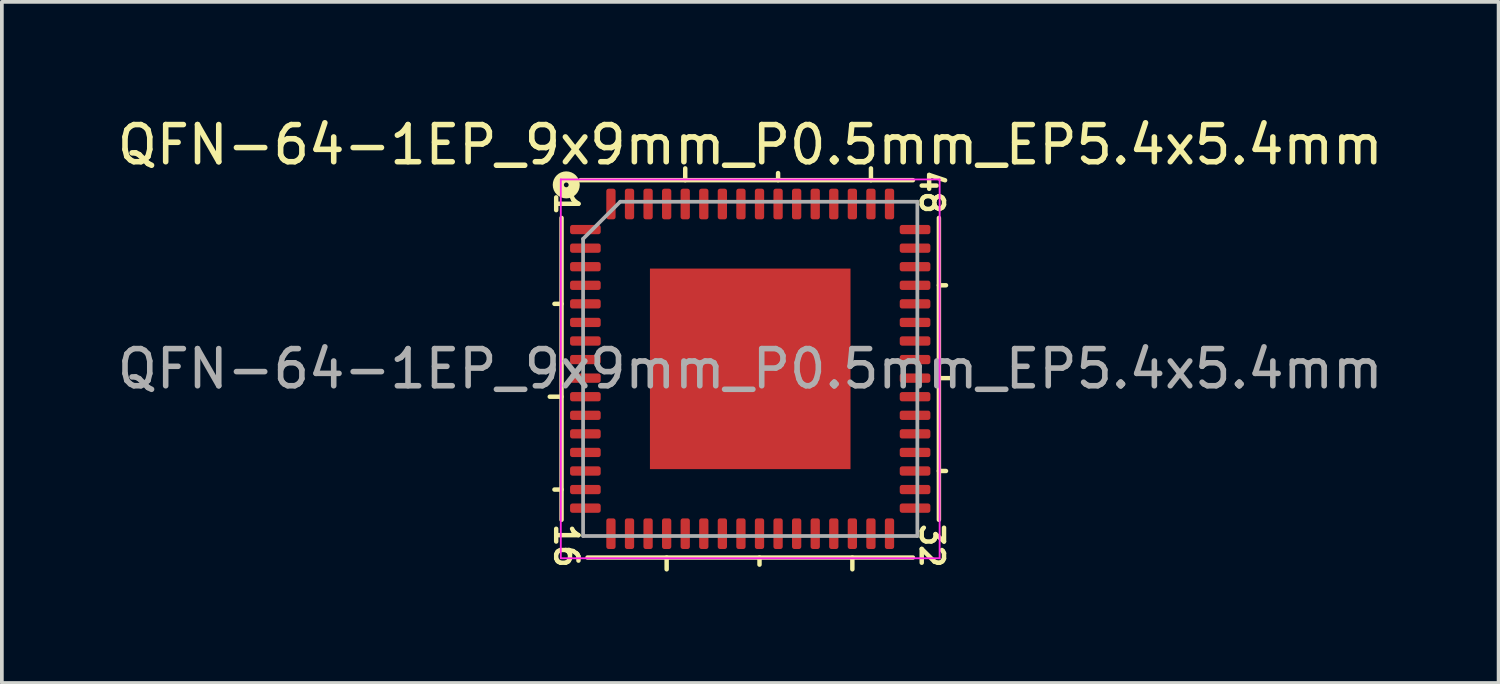
<source format=kicad_pcb>
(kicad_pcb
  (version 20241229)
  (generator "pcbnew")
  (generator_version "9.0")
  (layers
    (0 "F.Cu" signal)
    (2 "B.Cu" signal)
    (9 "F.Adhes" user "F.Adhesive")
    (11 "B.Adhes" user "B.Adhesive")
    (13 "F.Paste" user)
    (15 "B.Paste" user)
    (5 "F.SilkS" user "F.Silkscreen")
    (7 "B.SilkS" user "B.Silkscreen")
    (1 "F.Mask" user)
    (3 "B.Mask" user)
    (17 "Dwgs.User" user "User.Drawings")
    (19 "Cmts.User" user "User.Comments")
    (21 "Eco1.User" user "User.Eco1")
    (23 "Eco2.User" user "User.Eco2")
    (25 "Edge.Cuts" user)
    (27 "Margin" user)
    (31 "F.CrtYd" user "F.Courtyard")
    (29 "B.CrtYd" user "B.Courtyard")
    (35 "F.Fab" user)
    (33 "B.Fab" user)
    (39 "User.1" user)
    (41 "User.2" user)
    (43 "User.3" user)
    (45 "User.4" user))
  (footprint "QFN-64-1EP_9x9mm_P0.5mm_EP5.4x5.4mm"
    (layer "F.Cu")
    (at 17.149 6.881)
    (property "Reference" "QFN-64-1EP_9x9mm_P0.5mm_EP5.4x5.4mm" (at 0 -6.032 0) (layer "F.SilkS") (effects (font (size 1 1) (thickness 0.15))))
    (attr smd)
    (fp_line (start -5.08 -4.064) (end -5.08 4.064) (stroke (width 0.12) (type solid)) (layer "F.SilkS"))
    (fp_line (start -5.08 -1.75) (end -5.271 -1.75) (stroke (width 0.12) (type solid)) (layer "F.SilkS"))
    (fp_line (start -5.08 0.75) (end -5.397 0.75) (stroke (width 0.12) (type solid)) (layer "F.SilkS"))
    (fp_line (start -5.08 3.25) (end -5.271 3.25) (stroke (width 0.12) (type solid)) (layer "F.SilkS"))
    (fp_line (start -4.381 5.08) (end 4.381 5.08) (stroke (width 0.12) (type solid)) (layer "F.SilkS"))
    (fp_line (start -2.25 5.08) (end -2.25 5.397) (stroke (width 0.12) (type solid)) (layer "F.SilkS"))
    (fp_line (start -1.75 -5.08) (end -1.75 -5.397) (stroke (width 0.12) (type solid)) (layer "F.SilkS"))
    (fp_line (start 0.25 5.08) (end 0.25 5.271) (stroke (width 0.12) (type solid)) (layer "F.SilkS"))
    (fp_line (start 0.75 -5.08) (end 0.75 -5.271) (stroke (width 0.12) (type solid)) (layer "F.SilkS"))
    (fp_line (start 2.75 5.08) (end 2.75 5.397) (stroke (width 0.12) (type solid)) (layer "F.SilkS"))
    (fp_line (start 3.25 -5.08) (end 3.25 -5.397) (stroke (width 0.12) (type solid)) (layer "F.SilkS"))
    (fp_line (start 4.381 -5.08) (end -4.572 -5.08) (stroke (width 0.12) (type solid)) (layer "F.SilkS"))
    (fp_line (start 5.08 -2.25) (end 5.271 -2.25) (stroke (width 0.12) (type solid)) (layer "F.SilkS"))
    (fp_line (start 5.08 0.25) (end 5.397 0.25) (stroke (width 0.12) (type solid)) (layer "F.SilkS"))
    (fp_line (start 5.08 2.75) (end 5.271 2.75) (stroke (width 0.12) (type solid)) (layer "F.SilkS"))
    (fp_line (start 5.08 4.064) (end 5.08 -4.064) (stroke (width 0.12) (type solid)) (layer "F.SilkS"))
    (fp_circle (center -4.953 -4.953) (end -4.889 -4.953) (stroke (width 0.3) (type solid)) (fill no) (layer "F.SilkS"))
    (fp_line (start -5.1 -5.1) (end -5.1 5.1) (stroke (width 0.05) (type solid)) (layer "F.CrtYd"))
    (fp_line (start -5.1 5.1) (end 5.1 5.1) (stroke (width 0.05) (type solid)) (layer "F.CrtYd"))
    (fp_line (start 5.1 -5.1) (end -5.1 -5.1) (stroke (width 0.05) (type solid)) (layer "F.CrtYd"))
    (fp_line (start 5.1 5.1) (end 5.1 -5.1) (stroke (width 0.05) (type solid)) (layer "F.CrtYd"))
    (fp_line (start -4.5 -3.5) (end -3.5 -4.5) (stroke (width 0.1) (type solid)) (layer "F.Fab"))
    (fp_line (start -4.5 4.5) (end -4.5 -3.5) (stroke (width 0.1) (type solid)) (layer "F.Fab"))
    (fp_line (start -3.5 -4.5) (end 4.5 -4.5) (stroke (width 0.1) (type solid)) (layer "F.Fab"))
    (fp_line (start 4.5 -4.5) (end 4.5 4.5) (stroke (width 0.1) (type solid)) (layer "F.Fab"))
    (fp_line (start 4.5 4.5) (end -4.5 4.5) (stroke (width 0.1) (type solid)) (layer "F.Fab"))
    (fp_text user "32" (at 4.889 4.763 270) (unlocked yes) (layer "F.SilkS") (effects (font (size 0.6 0.6) (thickness 0.12))))
    (fp_text user "16" (at -4.953 4.763 270) (unlocked yes) (layer "F.SilkS") (effects (font (size 0.6 0.6) (thickness 0.12))))
    (fp_text user "48" (at 4.889 -4.763 270) (unlocked yes) (layer "F.SilkS") (effects (font (size 0.6 0.6) (thickness 0.12))))
    (fp_text user "1" (at -4.953 -4.445 270) (unlocked yes) (layer "F.SilkS") (effects (font (size 0.6 0.6) (thickness 0.12))))
    (fp_text user "${REFERENCE}" (at 0 0 0) (layer "F.Fab") (effects (font (size 1 1) (thickness 0.15))))
    (pad "" smd roundrect (at -2.025 -2.025) (size 1.09 1.09) (layers "F.Paste") (roundrect_rratio 0.229))
    (pad "" smd roundrect (at -2.025 -0.675) (size 1.09 1.09) (layers "F.Paste") (roundrect_rratio 0.229))
    (pad "" smd roundrect (at -2.025 0.675) (size 1.09 1.09) (layers "F.Paste") (roundrect_rratio 0.229))
    (pad "" smd roundrect (at -2.025 2.025) (size 1.09 1.09) (layers "F.Paste") (roundrect_rratio 0.229))
    (pad "" smd roundrect (at -0.675 -2.025) (size 1.09 1.09) (layers "F.Paste") (roundrect_rratio 0.229))
    (pad "" smd roundrect (at -0.675 -0.675) (size 1.09 1.09) (layers "F.Paste") (roundrect_rratio 0.229))
    (pad "" smd roundrect (at -0.675 0.675) (size 1.09 1.09) (layers "F.Paste") (roundrect_rratio 0.229))
    (pad "" smd roundrect (at -0.675 2.025) (size 1.09 1.09) (layers "F.Paste") (roundrect_rratio 0.229))
    (pad "" smd roundrect (at 0.675 -2.025) (size 1.09 1.09) (layers "F.Paste") (roundrect_rratio 0.229))
    (pad "" smd roundrect (at 0.675 -0.675) (size 1.09 1.09) (layers "F.Paste") (roundrect_rratio 0.229))
    (pad "" smd roundrect (at 0.675 0.675) (size 1.09 1.09) (layers "F.Paste") (roundrect_rratio 0.229))
    (pad "" smd roundrect (at 0.675 2.025) (size 1.09 1.09) (layers "F.Paste") (roundrect_rratio 0.229))
    (pad "" smd roundrect (at 2.025 -2.025) (size 1.09 1.09) (layers "F.Paste") (roundrect_rratio 0.229))
    (pad "" smd roundrect (at 2.025 -0.675) (size 1.09 1.09) (layers "F.Paste") (roundrect_rratio 0.229))
    (pad "" smd roundrect (at 2.025 0.675) (size 1.09 1.09) (layers "F.Paste") (roundrect_rratio 0.229))
    (pad "" smd roundrect (at 2.025 2.025) (size 1.09 1.09) (layers "F.Paste") (roundrect_rratio 0.229))
    (pad "1" smd roundrect (at -4.438 -3.75) (size 0.825 0.25) (layers "F.Cu" "F.Mask" "F.Paste") (roundrect_rratio 0.25))
    (pad "2" smd roundrect (at -4.438 -3.25) (size 0.825 0.25) (layers "F.Cu" "F.Mask" "F.Paste") (roundrect_rratio 0.25))
    (pad "3" smd roundrect (at -4.438 -2.75) (size 0.825 0.25) (layers "F.Cu" "F.Mask" "F.Paste") (roundrect_rratio 0.25))
    (pad "4" smd roundrect (at -4.438 -2.25) (size 0.825 0.25) (layers "F.Cu" "F.Mask" "F.Paste") (roundrect_rratio 0.25))
    (pad "5" smd roundrect (at -4.438 -1.75) (size 0.825 0.25) (layers "F.Cu" "F.Mask" "F.Paste") (roundrect_rratio 0.25))
    (pad "6" smd roundrect (at -4.438 -1.25) (size 0.825 0.25) (layers "F.Cu" "F.Mask" "F.Paste") (roundrect_rratio 0.25))
    (pad "7" smd roundrect (at -4.438 -0.75) (size 0.825 0.25) (layers "F.Cu" "F.Mask" "F.Paste") (roundrect_rratio 0.25))
    (pad "8" smd roundrect (at -4.438 -0.25) (size 0.825 0.25) (layers "F.Cu" "F.Mask" "F.Paste") (roundrect_rratio 0.25))
    (pad "9" smd roundrect (at -4.438 0.25) (size 0.825 0.25) (layers "F.Cu" "F.Mask" "F.Paste") (roundrect_rratio 0.25))
    (pad "10" smd roundrect (at -4.438 0.75) (size 0.825 0.25) (layers "F.Cu" "F.Mask" "F.Paste") (roundrect_rratio 0.25))
    (pad "11" smd roundrect (at -4.438 1.25) (size 0.825 0.25) (layers "F.Cu" "F.Mask" "F.Paste") (roundrect_rratio 0.25))
    (pad "12" smd roundrect (at -4.438 1.75) (size 0.825 0.25) (layers "F.Cu" "F.Mask" "F.Paste") (roundrect_rratio 0.25))
    (pad "13" smd roundrect (at -4.438 2.25) (size 0.825 0.25) (layers "F.Cu" "F.Mask" "F.Paste") (roundrect_rratio 0.25))
    (pad "14" smd roundrect (at -4.438 2.75) (size 0.825 0.25) (layers "F.Cu" "F.Mask" "F.Paste") (roundrect_rratio 0.25))
    (pad "15" smd roundrect (at -4.438 3.25) (size 0.825 0.25) (layers "F.Cu" "F.Mask" "F.Paste") (roundrect_rratio 0.25))
    (pad "16" smd roundrect (at -4.438 3.75) (size 0.825 0.25) (layers "F.Cu" "F.Mask" "F.Paste") (roundrect_rratio 0.25))
    (pad "17" smd roundrect (at -3.75 4.438) (size 0.25 0.825) (layers "F.Cu" "F.Mask" "F.Paste") (roundrect_rratio 0.25))
    (pad "18" smd roundrect (at -3.25 4.438) (size 0.25 0.825) (layers "F.Cu" "F.Mask" "F.Paste") (roundrect_rratio 0.25))
    (pad "19" smd roundrect (at -2.75 4.438) (size 0.25 0.825) (layers "F.Cu" "F.Mask" "F.Paste") (roundrect_rratio 0.25))
    (pad "20" smd roundrect (at -2.25 4.438) (size 0.25 0.825) (layers "F.Cu" "F.Mask" "F.Paste") (roundrect_rratio 0.25))
    (pad "21" smd roundrect (at -1.75 4.438) (size 0.25 0.825) (layers "F.Cu" "F.Mask" "F.Paste") (roundrect_rratio 0.25))
    (pad "22" smd roundrect (at -1.25 4.438) (size 0.25 0.825) (layers "F.Cu" "F.Mask" "F.Paste") (roundrect_rratio 0.25))
    (pad "23" smd roundrect (at -0.75 4.438) (size 0.25 0.825) (layers "F.Cu" "F.Mask" "F.Paste") (roundrect_rratio 0.25))
    (pad "24" smd roundrect (at -0.25 4.438) (size 0.25 0.825) (layers "F.Cu" "F.Mask" "F.Paste") (roundrect_rratio 0.25))
    (pad "25" smd roundrect (at 0.25 4.438) (size 0.25 0.825) (layers "F.Cu" "F.Mask" "F.Paste") (roundrect_rratio 0.25))
    (pad "26" smd roundrect (at 0.75 4.438) (size 0.25 0.825) (layers "F.Cu" "F.Mask" "F.Paste") (roundrect_rratio 0.25))
    (pad "27" smd roundrect (at 1.25 4.438) (size 0.25 0.825) (layers "F.Cu" "F.Mask" "F.Paste") (roundrect_rratio 0.25))
    (pad "28" smd roundrect (at 1.75 4.438) (size 0.25 0.825) (layers "F.Cu" "F.Mask" "F.Paste") (roundrect_rratio 0.25))
    (pad "29" smd roundrect (at 2.25 4.438) (size 0.25 0.825) (layers "F.Cu" "F.Mask" "F.Paste") (roundrect_rratio 0.25))
    (pad "30" smd roundrect (at 2.75 4.438) (size 0.25 0.825) (layers "F.Cu" "F.Mask" "F.Paste") (roundrect_rratio 0.25))
    (pad "31" smd roundrect (at 3.25 4.438) (size 0.25 0.825) (layers "F.Cu" "F.Mask" "F.Paste") (roundrect_rratio 0.25))
    (pad "32" smd roundrect (at 3.75 4.438) (size 0.25 0.825) (layers "F.Cu" "F.Mask" "F.Paste") (roundrect_rratio 0.25))
    (pad "33" smd roundrect (at 4.438 3.75) (size 0.825 0.25) (layers "F.Cu" "F.Mask" "F.Paste") (roundrect_rratio 0.25))
    (pad "34" smd roundrect (at 4.438 3.25) (size 0.825 0.25) (layers "F.Cu" "F.Mask" "F.Paste") (roundrect_rratio 0.25))
    (pad "35" smd roundrect (at 4.438 2.75) (size 0.825 0.25) (layers "F.Cu" "F.Mask" "F.Paste") (roundrect_rratio 0.25))
    (pad "36" smd roundrect (at 4.438 2.25) (size 0.825 0.25) (layers "F.Cu" "F.Mask" "F.Paste") (roundrect_rratio 0.25))
    (pad "37" smd roundrect (at 4.438 1.75) (size 0.825 0.25) (layers "F.Cu" "F.Mask" "F.Paste") (roundrect_rratio 0.25))
    (pad "38" smd roundrect (at 4.438 1.25) (size 0.825 0.25) (layers "F.Cu" "F.Mask" "F.Paste") (roundrect_rratio 0.25))
    (pad "39" smd roundrect (at 4.438 0.75) (size 0.825 0.25) (layers "F.Cu" "F.Mask" "F.Paste") (roundrect_rratio 0.25))
    (pad "40" smd roundrect (at 4.438 0.25) (size 0.825 0.25) (layers "F.Cu" "F.Mask" "F.Paste") (roundrect_rratio 0.25))
    (pad "41" smd roundrect (at 4.438 -0.25) (size 0.825 0.25) (layers "F.Cu" "F.Mask" "F.Paste") (roundrect_rratio 0.25))
    (pad "42" smd roundrect (at 4.438 -0.75) (size 0.825 0.25) (layers "F.Cu" "F.Mask" "F.Paste") (roundrect_rratio 0.25))
    (pad "43" smd roundrect (at 4.438 -1.25) (size 0.825 0.25) (layers "F.Cu" "F.Mask" "F.Paste") (roundrect_rratio 0.25))
    (pad "44" smd roundrect (at 4.438 -1.75) (size 0.825 0.25) (layers "F.Cu" "F.Mask" "F.Paste") (roundrect_rratio 0.25))
    (pad "45" smd roundrect (at 4.438 -2.25) (size 0.825 0.25) (layers "F.Cu" "F.Mask" "F.Paste") (roundrect_rratio 0.25))
    (pad "46" smd roundrect (at 4.438 -2.75) (size 0.825 0.25) (layers "F.Cu" "F.Mask" "F.Paste") (roundrect_rratio 0.25))
    (pad "47" smd roundrect (at 4.438 -3.25) (size 0.825 0.25) (layers "F.Cu" "F.Mask" "F.Paste") (roundrect_rratio 0.25))
    (pad "48" smd roundrect (at 4.438 -3.75) (size 0.825 0.25) (layers "F.Cu" "F.Mask" "F.Paste") (roundrect_rratio 0.25))
    (pad "49" smd roundrect (at 3.75 -4.438) (size 0.25 0.825) (layers "F.Cu" "F.Mask" "F.Paste") (roundrect_rratio 0.25))
    (pad "50" smd roundrect (at 3.25 -4.438) (size 0.25 0.825) (layers "F.Cu" "F.Mask" "F.Paste") (roundrect_rratio 0.25))
    (pad "51" smd roundrect (at 2.75 -4.438) (size 0.25 0.825) (layers "F.Cu" "F.Mask" "F.Paste") (roundrect_rratio 0.25))
    (pad "52" smd roundrect (at 2.25 -4.438) (size 0.25 0.825) (layers "F.Cu" "F.Mask" "F.Paste") (roundrect_rratio 0.25))
    (pad "53" smd roundrect (at 1.75 -4.438) (size 0.25 0.825) (layers "F.Cu" "F.Mask" "F.Paste") (roundrect_rratio 0.25))
    (pad "54" smd roundrect (at 1.25 -4.438) (size 0.25 0.825) (layers "F.Cu" "F.Mask" "F.Paste") (roundrect_rratio 0.25))
    (pad "55" smd roundrect (at 0.75 -4.438) (size 0.25 0.825) (layers "F.Cu" "F.Mask" "F.Paste") (roundrect_rratio 0.25))
    (pad "56" smd roundrect (at 0.25 -4.438) (size 0.25 0.825) (layers "F.Cu" "F.Mask" "F.Paste") (roundrect_rratio 0.25))
    (pad "57" smd roundrect (at -0.25 -4.438) (size 0.25 0.825) (layers "F.Cu" "F.Mask" "F.Paste") (roundrect_rratio 0.25))
    (pad "58" smd roundrect (at -0.75 -4.438) (size 0.25 0.825) (layers "F.Cu" "F.Mask" "F.Paste") (roundrect_rratio 0.25))
    (pad "59" smd roundrect (at -1.25 -4.438) (size 0.25 0.825) (layers "F.Cu" "F.Mask" "F.Paste") (roundrect_rratio 0.25))
    (pad "60" smd roundrect (at -1.75 -4.438) (size 0.25 0.825) (layers "F.Cu" "F.Mask" "F.Paste") (roundrect_rratio 0.25))
    (pad "61" smd roundrect (at -2.25 -4.438) (size 0.25 0.825) (layers "F.Cu" "F.Mask" "F.Paste") (roundrect_rratio 0.25))
    (pad "62" smd roundrect (at -2.75 -4.438) (size 0.25 0.825) (layers "F.Cu" "F.Mask" "F.Paste") (roundrect_rratio 0.25))
    (pad "63" smd roundrect (at -3.25 -4.438) (size 0.25 0.825) (layers "F.Cu" "F.Mask" "F.Paste") (roundrect_rratio 0.25))
    (pad "64" smd roundrect (at -3.75 -4.438) (size 0.25 0.825) (layers "F.Cu" "F.Mask" "F.Paste") (roundrect_rratio 0.25))
    (pad "65" smd rect (at 0 0) (size 5.4 5.4) (layers "F.Cu" "F.Mask")))
  (gr_rect
    (start -3 -3)
    (end 37.298 15.338)
    (stroke (width 0.1) (type default))
    (fill no)
    (layer "Edge.Cuts")))
</source>
